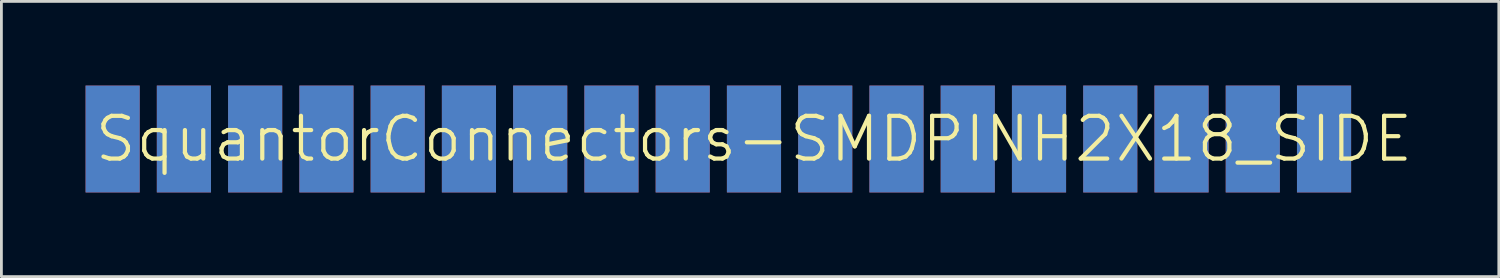
<source format=kicad_pcb>
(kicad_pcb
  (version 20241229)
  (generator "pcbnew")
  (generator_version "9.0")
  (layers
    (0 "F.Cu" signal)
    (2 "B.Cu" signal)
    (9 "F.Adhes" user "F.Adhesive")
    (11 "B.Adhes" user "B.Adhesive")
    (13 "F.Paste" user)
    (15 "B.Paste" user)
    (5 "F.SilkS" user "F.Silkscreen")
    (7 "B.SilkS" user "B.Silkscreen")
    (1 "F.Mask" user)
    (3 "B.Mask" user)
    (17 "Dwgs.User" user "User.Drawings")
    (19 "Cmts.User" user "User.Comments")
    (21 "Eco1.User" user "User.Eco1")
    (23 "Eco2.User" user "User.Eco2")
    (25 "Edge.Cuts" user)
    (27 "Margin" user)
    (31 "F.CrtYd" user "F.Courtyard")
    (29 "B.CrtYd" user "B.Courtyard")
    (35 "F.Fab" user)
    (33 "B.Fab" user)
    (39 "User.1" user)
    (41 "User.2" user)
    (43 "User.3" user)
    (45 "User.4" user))
  (footprint "SquantorConnectors-SMDPINH2X18_SIDE"
    (layer "F.Cu")
    (at 23.825 1.905)
    (property "Reference" "SquantorConnectors-SMDPINH2X18_SIDE" (at 0 0 0) (layer "F.SilkS") (effects (font (size 1.524 1.524) (thickness 0.15))))
    (attr smd)
    (pad "P$1" smd rect (at -22.86 0 90) (size 3.81 1.93) (layers "F.Cu" "F.Mask" "F.Paste"))
    (pad "P$2" smd rect (at -22.86 0 90) (size 3.81 1.93) (layers "B.Cu" "B.Mask"))
    (pad "P$3" smd rect (at -20.32 0 90) (size 3.81 1.93) (layers "F.Cu" "F.Mask" "F.Paste"))
    (pad "P$4" smd rect (at -20.32 0 90) (size 3.81 1.93) (layers "B.Cu" "B.Mask"))
    (pad "P$5" smd rect (at -17.78 0 90) (size 3.81 1.93) (layers "F.Cu" "F.Mask" "F.Paste"))
    (pad "P$6" smd rect (at -17.78 0 90) (size 3.81 1.93) (layers "B.Cu" "B.Mask"))
    (pad "P$7" smd rect (at -15.24 0 90) (size 3.81 1.93) (layers "F.Cu" "F.Mask" "F.Paste"))
    (pad "P$8" smd rect (at -15.24 0 90) (size 3.81 1.93) (layers "B.Cu" "B.Mask"))
    (pad "P$9" smd rect (at -12.7 0 90) (size 3.81 1.93) (layers "F.Cu" "F.Mask" "F.Paste"))
    (pad "P$10" smd rect (at -12.7 0 90) (size 3.81 1.93) (layers "B.Cu" "B.Mask"))
    (pad "P$11" smd rect (at -10.16 0 90) (size 3.81 1.93) (layers "F.Cu" "F.Mask" "F.Paste"))
    (pad "P$12" smd rect (at -10.16 0 90) (size 3.81 1.93) (layers "B.Cu" "B.Mask"))
    (pad "P$13" smd rect (at -7.62 0 90) (size 3.81 1.93) (layers "F.Cu" "F.Mask" "F.Paste"))
    (pad "P$14" smd rect (at -7.62 0 90) (size 3.81 1.93) (layers "B.Cu" "B.Mask"))
    (pad "P$15" smd rect (at -5.08 0 90) (size 3.81 1.93) (layers "F.Cu" "F.Mask" "F.Paste"))
    (pad "P$16" smd rect (at -5.08 0 90) (size 3.81 1.93) (layers "B.Cu" "B.Mask"))
    (pad "P$17" smd rect (at -2.54 0 90) (size 3.81 1.93) (layers "F.Cu" "F.Mask" "F.Paste"))
    (pad "P$18" smd rect (at -2.54 0 90) (size 3.81 1.93) (layers "B.Cu" "B.Mask"))
    (pad "P$19" smd rect (at 0 0 90) (size 3.81 1.93) (layers "F.Cu" "F.Mask" "F.Paste"))
    (pad "P$20" smd rect (at 0 0 90) (size 3.81 1.93) (layers "B.Cu" "B.Mask"))
    (pad "P$21" smd rect (at 2.54 0 90) (size 3.81 1.93) (layers "F.Cu" "F.Mask" "F.Paste"))
    (pad "P$22" smd rect (at 2.54 0 90) (size 3.81 1.93) (layers "B.Cu" "B.Mask"))
    (pad "P$23" smd rect (at 5.08 0 90) (size 3.81 1.93) (layers "F.Cu" "F.Mask" "F.Paste"))
    (pad "P$24" smd rect (at 5.08 0 90) (size 3.81 1.93) (layers "B.Cu" "B.Mask"))
    (pad "P$25" smd rect (at 7.62 0 90) (size 3.81 1.93) (layers "F.Cu" "F.Mask" "F.Paste"))
    (pad "P$26" smd rect (at 7.62 0 90) (size 3.81 1.93) (layers "B.Cu" "B.Mask"))
    (pad "P$27" smd rect (at 10.16 0 90) (size 3.81 1.93) (layers "F.Cu" "F.Mask" "F.Paste"))
    (pad "P$28" smd rect (at 10.16 0 90) (size 3.81 1.93) (layers "B.Cu" "B.Mask"))
    (pad "P$29" smd rect (at 12.7 0 90) (size 3.81 1.93) (layers "F.Cu" "F.Mask" "F.Paste"))
    (pad "P$30" smd rect (at 12.7 0 90) (size 3.81 1.93) (layers "B.Cu" "B.Mask"))
    (pad "P$31" smd rect (at 15.24 0 90) (size 3.81 1.93) (layers "F.Cu" "F.Mask" "F.Paste"))
    (pad "P$32" smd rect (at 15.24 0 90) (size 3.81 1.93) (layers "B.Cu" "B.Mask"))
    (pad "P$33" smd rect (at 17.78 0 90) (size 3.81 1.93) (layers "F.Cu" "F.Mask" "F.Paste"))
    (pad "P$34" smd rect (at 17.78 0 90) (size 3.81 1.93) (layers "B.Cu" "B.Mask"))
    (pad "P$35" smd rect (at 20.32 0 90) (size 3.81 1.93) (layers "F.Cu" "F.Mask" "F.Paste"))
    (pad "P$36" smd rect (at 20.32 0 90) (size 3.81 1.93) (layers "B.Cu" "B.Mask")))
  (gr_rect
    (start -3 -3)
    (end 50.375 6.81)
    (stroke (width 0.1) (type default))
    (fill no)
    (layer "Edge.Cuts")))
</source>
